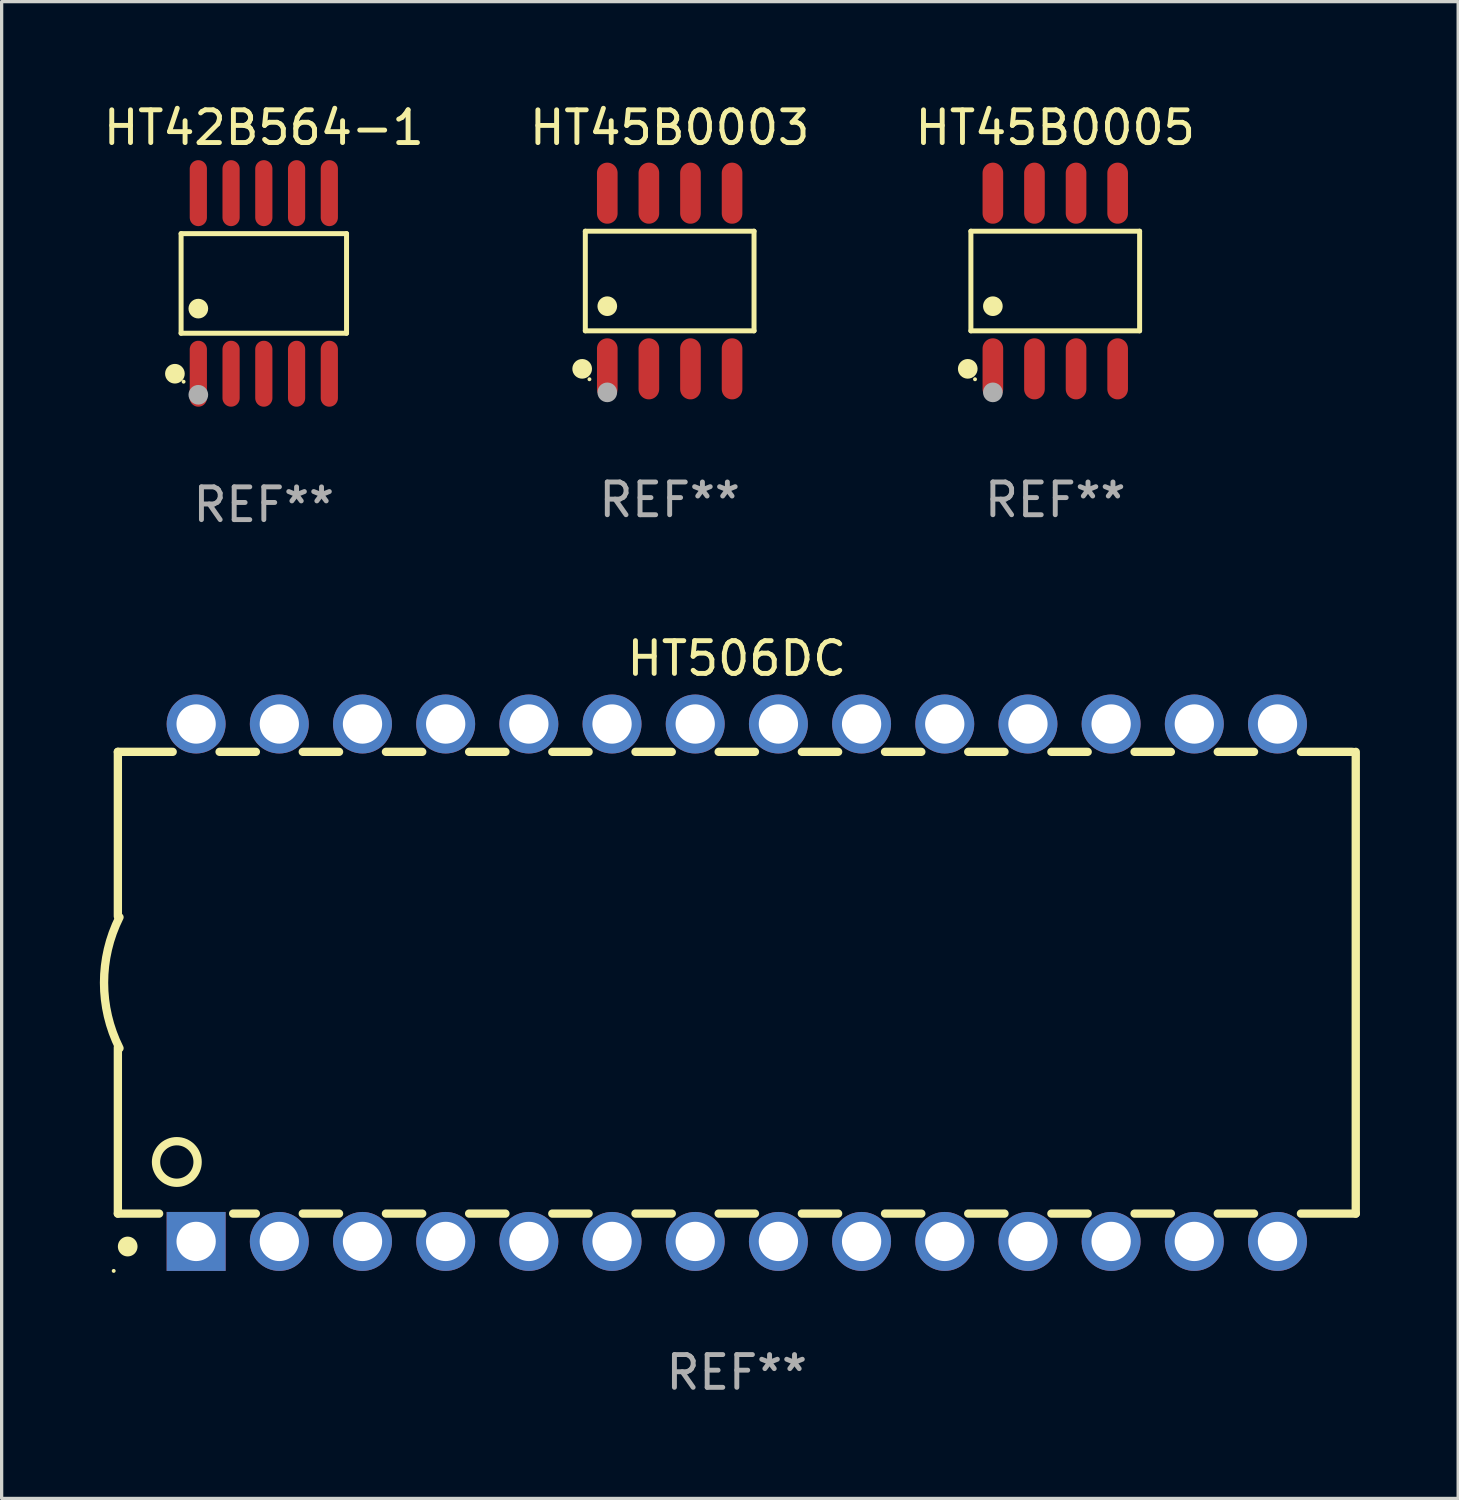
<source format=kicad_pcb>
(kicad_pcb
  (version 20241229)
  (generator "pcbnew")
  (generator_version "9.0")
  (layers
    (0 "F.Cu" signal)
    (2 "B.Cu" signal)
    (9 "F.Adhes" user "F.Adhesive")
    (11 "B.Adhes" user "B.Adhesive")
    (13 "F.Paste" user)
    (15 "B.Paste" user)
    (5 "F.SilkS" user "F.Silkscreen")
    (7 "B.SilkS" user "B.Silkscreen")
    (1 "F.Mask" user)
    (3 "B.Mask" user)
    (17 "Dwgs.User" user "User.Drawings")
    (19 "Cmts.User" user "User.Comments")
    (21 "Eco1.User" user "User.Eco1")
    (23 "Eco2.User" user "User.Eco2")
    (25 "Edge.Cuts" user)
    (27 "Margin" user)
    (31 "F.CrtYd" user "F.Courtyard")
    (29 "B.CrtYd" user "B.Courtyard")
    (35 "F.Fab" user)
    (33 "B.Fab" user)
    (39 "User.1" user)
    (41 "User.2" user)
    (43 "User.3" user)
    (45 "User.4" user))
  (footprint "HT45B0003"
    (layer "F.Cu")
    (at 17.399 5.531)
    (property "Reference" "HT45B0003" (at 0 -4.682 0) (layer "F.SilkS") (effects (font (size 1 1) (thickness 0.15))))
    (attr through_hole)
    (fp_line (start -2.576 -1.521) (end 2.576 -1.521) (stroke (width 0.152) (type solid)) (layer "F.SilkS"))
    (fp_line (start -2.576 1.521) (end -2.576 -1.521) (stroke (width 0.152) (type solid)) (layer "F.SilkS"))
    (fp_line (start 2.576 -1.521) (end 2.576 1.521) (stroke (width 0.152) (type solid)) (layer "F.SilkS"))
    (fp_line (start 2.576 1.521) (end -2.576 1.521) (stroke (width 0.152) (type solid)) (layer "F.SilkS"))
    (fp_circle (center -2.672 2.682) (end -2.522 2.682) (stroke (width 0.3) (type solid)) (fill no) (layer "F.SilkS"))
    (fp_circle (center -2.45 3) (end -2.42 3) (stroke (width 0.06) (type solid)) (fill no) (layer "F.SilkS"))
    (fp_circle (center -1.905 0.769) (end -1.755 0.769) (stroke (width 0.3) (type solid)) (fill no) (layer "F.SilkS"))
    (fp_circle (center -1.905 3.4) (end -1.755 3.4) (stroke (width 0.3) (type solid)) (fill no) (layer "F.Fab"))
    (fp_text user "REF**" (at 0 6.682 0) (layer "F.Fab") (effects (font (size 1 1) (thickness 0.15))))
    (pad "1" smd oval (at -1.905 2.682) (size 0.63 1.865) (layers "F.Cu" "F.Mask" "F.Paste"))
    (pad "2" smd oval (at -0.635 2.682) (size 0.63 1.865) (layers "F.Cu" "F.Mask" "F.Paste"))
    (pad "3" smd oval (at 0.635 2.682) (size 0.63 1.865) (layers "F.Cu" "F.Mask" "F.Paste"))
    (pad "4" smd oval (at 1.905 2.682) (size 0.63 1.865) (layers "F.Cu" "F.Mask" "F.Paste"))
    (pad "5" smd oval (at 1.905 -2.682) (size 0.63 1.865) (layers "F.Cu" "F.Mask" "F.Paste"))
    (pad "6" smd oval (at 0.635 -2.682) (size 0.63 1.865) (layers "F.Cu" "F.Mask" "F.Paste"))
    (pad "7" smd oval (at -0.635 -2.682) (size 0.63 1.865) (layers "F.Cu" "F.Mask" "F.Paste"))
    (pad "8" smd oval (at -1.905 -2.682) (size 0.63 1.865) (layers "F.Cu" "F.Mask" "F.Paste")))
  (footprint "HT45B0005"
    (layer "F.Cu")
    (at 29.173 5.531)
    (property "Reference" "HT45B0005" (at 0 -4.682 0) (layer "F.SilkS") (effects (font (size 1 1) (thickness 0.15))))
    (attr through_hole)
    (fp_line (start -2.576 -1.521) (end 2.576 -1.521) (stroke (width 0.152) (type solid)) (layer "F.SilkS"))
    (fp_line (start -2.576 1.521) (end -2.576 -1.521) (stroke (width 0.152) (type solid)) (layer "F.SilkS"))
    (fp_line (start 2.576 -1.521) (end 2.576 1.521) (stroke (width 0.152) (type solid)) (layer "F.SilkS"))
    (fp_line (start 2.576 1.521) (end -2.576 1.521) (stroke (width 0.152) (type solid)) (layer "F.SilkS"))
    (fp_circle (center -2.672 2.682) (end -2.522 2.682) (stroke (width 0.3) (type solid)) (fill no) (layer "F.SilkS"))
    (fp_circle (center -2.45 3) (end -2.42 3) (stroke (width 0.06) (type solid)) (fill no) (layer "F.SilkS"))
    (fp_circle (center -1.905 0.769) (end -1.755 0.769) (stroke (width 0.3) (type solid)) (fill no) (layer "F.SilkS"))
    (fp_circle (center -1.905 3.4) (end -1.755 3.4) (stroke (width 0.3) (type solid)) (fill no) (layer "F.Fab"))
    (fp_text user "REF**" (at 0 6.682 0) (layer "F.Fab") (effects (font (size 1 1) (thickness 0.15))))
    (pad "1" smd oval (at -1.905 2.682) (size 0.63 1.865) (layers "F.Cu" "F.Mask" "F.Paste"))
    (pad "2" smd oval (at -0.635 2.682) (size 0.63 1.865) (layers "F.Cu" "F.Mask" "F.Paste"))
    (pad "3" smd oval (at 0.635 2.682) (size 0.63 1.865) (layers "F.Cu" "F.Mask" "F.Paste"))
    (pad "4" smd oval (at 1.905 2.682) (size 0.63 1.865) (layers "F.Cu" "F.Mask" "F.Paste"))
    (pad "5" smd oval (at 1.905 -2.682) (size 0.63 1.865) (layers "F.Cu" "F.Mask" "F.Paste"))
    (pad "6" smd oval (at 0.635 -2.682) (size 0.63 1.865) (layers "F.Cu" "F.Mask" "F.Paste"))
    (pad "7" smd oval (at -0.635 -2.682) (size 0.63 1.865) (layers "F.Cu" "F.Mask" "F.Paste"))
    (pad "8" smd oval (at -1.905 -2.682) (size 0.63 1.865) (layers "F.Cu" "F.Mask" "F.Paste")))
  (footprint "HT42B564-1"
    (layer "F.Cu")
    (at 5.006 5.605)
    (property "Reference" "HT42B564-1" (at 0 -4.757 0) (layer "F.SilkS") (effects (font (size 1 1) (thickness 0.15))))
    (attr through_hole)
    (fp_line (start -2.526 -1.521) (end 2.526 -1.521) (stroke (width 0.152) (type solid)) (layer "F.SilkS"))
    (fp_line (start -2.526 1.521) (end -2.526 -1.521) (stroke (width 0.152) (type solid)) (layer "F.SilkS"))
    (fp_line (start 2.526 -1.521) (end 2.526 1.521) (stroke (width 0.152) (type solid)) (layer "F.SilkS"))
    (fp_line (start 2.526 1.521) (end -2.526 1.521) (stroke (width 0.152) (type solid)) (layer "F.SilkS"))
    (fp_circle (center -2.715 2.757) (end -2.565 2.757) (stroke (width 0.3) (type solid)) (fill no) (layer "F.SilkS"))
    (fp_circle (center -2.45 3) (end -2.42 3) (stroke (width 0.06) (type solid)) (fill no) (layer "F.SilkS"))
    (fp_circle (center -2 0.769) (end -1.85 0.769) (stroke (width 0.3) (type solid)) (fill no) (layer "F.SilkS"))
    (fp_circle (center -2 3.4) (end -1.85 3.4) (stroke (width 0.3) (type solid)) (fill no) (layer "F.Fab"))
    (fp_text user "REF**" (at 0 6.757 0) (layer "F.Fab") (effects (font (size 1 1) (thickness 0.15))))
    (pad "1" smd oval (at -2 2.757) (size 0.525 2.014) (layers "F.Cu" "F.Mask" "F.Paste"))
    (pad "2" smd oval (at -1 2.757) (size 0.525 2.014) (layers "F.Cu" "F.Mask" "F.Paste"))
    (pad "3" smd oval (at 0 2.757) (size 0.525 2.014) (layers "F.Cu" "F.Mask" "F.Paste"))
    (pad "4" smd oval (at 1 2.757) (size 0.525 2.014) (layers "F.Cu" "F.Mask" "F.Paste"))
    (pad "5" smd oval (at 2 2.757) (size 0.525 2.014) (layers "F.Cu" "F.Mask" "F.Paste"))
    (pad "6" smd oval (at 2 -2.757) (size 0.525 2.014) (layers "F.Cu" "F.Mask" "F.Paste"))
    (pad "7" smd oval (at 1 -2.757) (size 0.525 2.014) (layers "F.Cu" "F.Mask" "F.Paste"))
    (pad "8" smd oval (at 0 -2.757) (size 0.525 2.014) (layers "F.Cu" "F.Mask" "F.Paste"))
    (pad "9" smd oval (at -1 -2.757) (size 0.525 2.014) (layers "F.Cu" "F.Mask" "F.Paste"))
    (pad "10" smd oval (at -2 -2.757) (size 0.525 2.014) (layers "F.Cu" "F.Mask" "F.Paste")))
  (footprint "HT506DC"
    (layer "F.Cu")
    (at 19.449 26.958)
    (property "Reference" "HT506DC" (at 0 -9.9 0) (layer "F.SilkS") (effects (font (size 1 1) (thickness 0.15))))
    (attr through_hole)
    (fp_line (start -18.9 -7.05) (end -18.9 -2.026) (stroke (width 0.254) (type solid)) (layer "F.SilkS"))
    (fp_line (start -18.9 -7.05) (end -17.226 -7.05) (stroke (width 0.254) (type solid)) (layer "F.SilkS"))
    (fp_line (start -18.9 1.974) (end -18.9 7.05) (stroke (width 0.254) (type solid)) (layer "F.SilkS"))
    (fp_line (start -18.9 7.05) (end -17.64 7.05) (stroke (width 0.254) (type solid)) (layer "F.SilkS"))
    (fp_line (start -15.794 -7.05) (end -14.686 -7.05) (stroke (width 0.254) (type solid)) (layer "F.SilkS"))
    (fp_line (start -15.38 7.05) (end -14.686 7.05) (stroke (width 0.254) (type solid)) (layer "F.SilkS"))
    (fp_line (start -13.254 7.05) (end -12.146 7.05) (stroke (width 0.254) (type solid)) (layer "F.SilkS"))
    (fp_line (start -13.254 -7.05) (end -12.146 -7.05) (stroke (width 0.254) (type solid)) (layer "F.SilkS"))
    (fp_line (start -10.714 -7.05) (end -9.606 -7.05) (stroke (width 0.254) (type solid)) (layer "F.SilkS"))
    (fp_line (start -10.714 7.05) (end -9.606 7.05) (stroke (width 0.254) (type solid)) (layer "F.SilkS"))
    (fp_line (start -8.174 -7.05) (end -7.066 -7.05) (stroke (width 0.254) (type solid)) (layer "F.SilkS"))
    (fp_line (start -8.174 7.05) (end -7.066 7.05) (stroke (width 0.254) (type solid)) (layer "F.SilkS"))
    (fp_line (start -5.634 -7.05) (end -4.526 -7.05) (stroke (width 0.254) (type solid)) (layer "F.SilkS"))
    (fp_line (start -5.634 7.05) (end -4.526 7.05) (stroke (width 0.254) (type solid)) (layer "F.SilkS"))
    (fp_line (start -3.094 -7.05) (end -1.986 -7.05) (stroke (width 0.254) (type solid)) (layer "F.SilkS"))
    (fp_line (start -3.094 7.05) (end -1.986 7.05) (stroke (width 0.254) (type solid)) (layer "F.SilkS"))
    (fp_line (start -0.554 -7.05) (end 0.554 -7.05) (stroke (width 0.254) (type solid)) (layer "F.SilkS"))
    (fp_line (start -0.554 7.05) (end 0.554 7.05) (stroke (width 0.254) (type solid)) (layer "F.SilkS"))
    (fp_line (start 1.986 -7.05) (end 3.094 -7.05) (stroke (width 0.254) (type solid)) (layer "F.SilkS"))
    (fp_line (start 1.986 7.05) (end 3.094 7.05) (stroke (width 0.254) (type solid)) (layer "F.SilkS"))
    (fp_line (start 4.526 -7.05) (end 5.634 -7.05) (stroke (width 0.254) (type solid)) (layer "F.SilkS"))
    (fp_line (start 4.526 7.05) (end 5.634 7.05) (stroke (width 0.254) (type solid)) (layer "F.SilkS"))
    (fp_line (start 7.066 -7.05) (end 8.174 -7.05) (stroke (width 0.254) (type solid)) (layer "F.SilkS"))
    (fp_line (start 7.066 7.05) (end 8.174 7.05) (stroke (width 0.254) (type solid)) (layer "F.SilkS"))
    (fp_line (start 9.606 -7.05) (end 10.714 -7.05) (stroke (width 0.254) (type solid)) (layer "F.SilkS"))
    (fp_line (start 9.606 7.05) (end 10.714 7.05) (stroke (width 0.254) (type solid)) (layer "F.SilkS"))
    (fp_line (start 12.146 -7.05) (end 13.254 -7.05) (stroke (width 0.254) (type solid)) (layer "F.SilkS"))
    (fp_line (start 12.146 7.05) (end 13.254 7.05) (stroke (width 0.254) (type solid)) (layer "F.SilkS"))
    (fp_line (start 14.686 -7.05) (end 15.794 -7.05) (stroke (width 0.254) (type solid)) (layer "F.SilkS"))
    (fp_line (start 14.686 7.05) (end 15.794 7.05) (stroke (width 0.254) (type solid)) (layer "F.SilkS"))
    (fp_line (start 17.226 -7.05) (end 18.8 -7.05) (stroke (width 0.254) (type solid)) (layer "F.SilkS"))
    (fp_line (start 17.226 7.05) (end 18.9 7.05) (stroke (width 0.254) (type solid)) (layer "F.SilkS"))
    (fp_line (start 18.9 7.05) (end 18.9 -7.05) (stroke (width 0.254) (type solid)) (layer "F.SilkS"))
    (fp_arc (start -18.849987 1.999975) (mid -19.322123 -0.000025) (end -18.849987 -2.000025) (stroke (width 0.254001) (type solid)) (layer "F.SilkS"))
    (fp_arc (start -18.599924 8.057734) (mid -18.599935 8.055207) (end -18.599924 8.052679) (stroke (width 0.6) (type solid)) (layer "F.SilkS"))
    (fp_circle (center -19.027 8.8) (end -18.997 8.8) (stroke (width 0.06) (type solid)) (fill no) (layer "F.SilkS"))
    (fp_circle (center -17.1 5.474) (end -16.465 5.474) (stroke (width 0.254) (type solid)) (fill no) (layer "F.SilkS"))
    (fp_text user "REF**" (at 0 11.9 0) (layer "F.Fab") (effects (font (size 1 1) (thickness 0.15))))
    (pad "1" thru_hole rect (at -16.51 7.9) (size 1.8 1.8) (drill 1.2) (layers "*.Cu" "*.Mask"))
    (pad "2" thru_hole circle (at -13.97 7.9) (size 1.8 1.8) (drill 1.2) (layers "*.Cu" "*.Mask"))
    (pad "3" thru_hole circle (at -11.43 7.9) (size 1.8 1.8) (drill 1.2) (layers "*.Cu" "*.Mask"))
    (pad "4" thru_hole circle (at -8.89 7.9) (size 1.8 1.8) (drill 1.2) (layers "*.Cu" "*.Mask"))
    (pad "5" thru_hole circle (at -6.35 7.9) (size 1.8 1.8) (drill 1.2) (layers "*.Cu" "*.Mask"))
    (pad "6" thru_hole circle (at -3.81 7.9) (size 1.8 1.8) (drill 1.2) (layers "*.Cu" "*.Mask"))
    (pad "7" thru_hole circle (at -1.27 7.9) (size 1.8 1.8) (drill 1.2) (layers "*.Cu" "*.Mask"))
    (pad "8" thru_hole circle (at 1.27 7.9) (size 1.8 1.8) (drill 1.2) (layers "*.Cu" "*.Mask"))
    (pad "9" thru_hole circle (at 3.81 7.9) (size 1.8 1.8) (drill 1.2) (layers "*.Cu" "*.Mask"))
    (pad "10" thru_hole circle (at 6.35 7.9) (size 1.8 1.8) (drill 1.2) (layers "*.Cu" "*.Mask"))
    (pad "11" thru_hole circle (at 8.89 7.9) (size 1.8 1.8) (drill 1.2) (layers "*.Cu" "*.Mask"))
    (pad "12" thru_hole circle (at 11.43 7.9) (size 1.8 1.8) (drill 1.2) (layers "*.Cu" "*.Mask"))
    (pad "13" thru_hole circle (at 13.97 7.9) (size 1.8 1.8) (drill 1.2) (layers "*.Cu" "*.Mask"))
    (pad "14" thru_hole circle (at 16.51 7.9) (size 1.8 1.8) (drill 1.2) (layers "*.Cu" "*.Mask"))
    (pad "15" thru_hole circle (at 16.51 -7.9) (size 1.8 1.8) (drill 1.2) (layers "*.Cu" "*.Mask"))
    (pad "16" thru_hole circle (at 13.97 -7.9) (size 1.8 1.8) (drill 1.2) (layers "*.Cu" "*.Mask"))
    (pad "17" thru_hole circle (at 11.43 -7.9) (size 1.8 1.8) (drill 1.2) (layers "*.Cu" "*.Mask"))
    (pad "18" thru_hole circle (at 8.89 -7.9) (size 1.8 1.8) (drill 1.2) (layers "*.Cu" "*.Mask"))
    (pad "19" thru_hole circle (at 6.35 -7.9) (size 1.8 1.8) (drill 1.2) (layers "*.Cu" "*.Mask"))
    (pad "20" thru_hole circle (at 3.81 -7.9) (size 1.8 1.8) (drill 1.2) (layers "*.Cu" "*.Mask"))
    (pad "21" thru_hole circle (at 1.27 -7.9) (size 1.8 1.8) (drill 1.2) (layers "*.Cu" "*.Mask"))
    (pad "22" thru_hole circle (at -1.27 -7.9) (size 1.8 1.8) (drill 1.2) (layers "*.Cu" "*.Mask"))
    (pad "23" thru_hole circle (at -3.81 -7.9) (size 1.8 1.8) (drill 1.2) (layers "*.Cu" "*.Mask"))
    (pad "24" thru_hole circle (at -6.35 -7.9) (size 1.8 1.8) (drill 1.2) (layers "*.Cu" "*.Mask"))
    (pad "25" thru_hole circle (at -8.89 -7.9) (size 1.8 1.8) (drill 1.2) (layers "*.Cu" "*.Mask"))
    (pad "26" thru_hole circle (at -11.43 -7.9) (size 1.8 1.8) (drill 1.2) (layers "*.Cu" "*.Mask"))
    (pad "27" thru_hole circle (at -13.97 -7.9) (size 1.8 1.8) (drill 1.2) (layers "*.Cu" "*.Mask"))
    (pad "28" thru_hole circle (at -16.51 -7.9) (size 1.8 1.8) (drill 1.2) (layers "*.Cu" "*.Mask")))
  (gr_rect
    (start -3 -3)
    (end 41.476 42.706)
    (stroke (width 0.1) (type default))
    (fill no)
    (layer "Edge.Cuts")))
</source>
